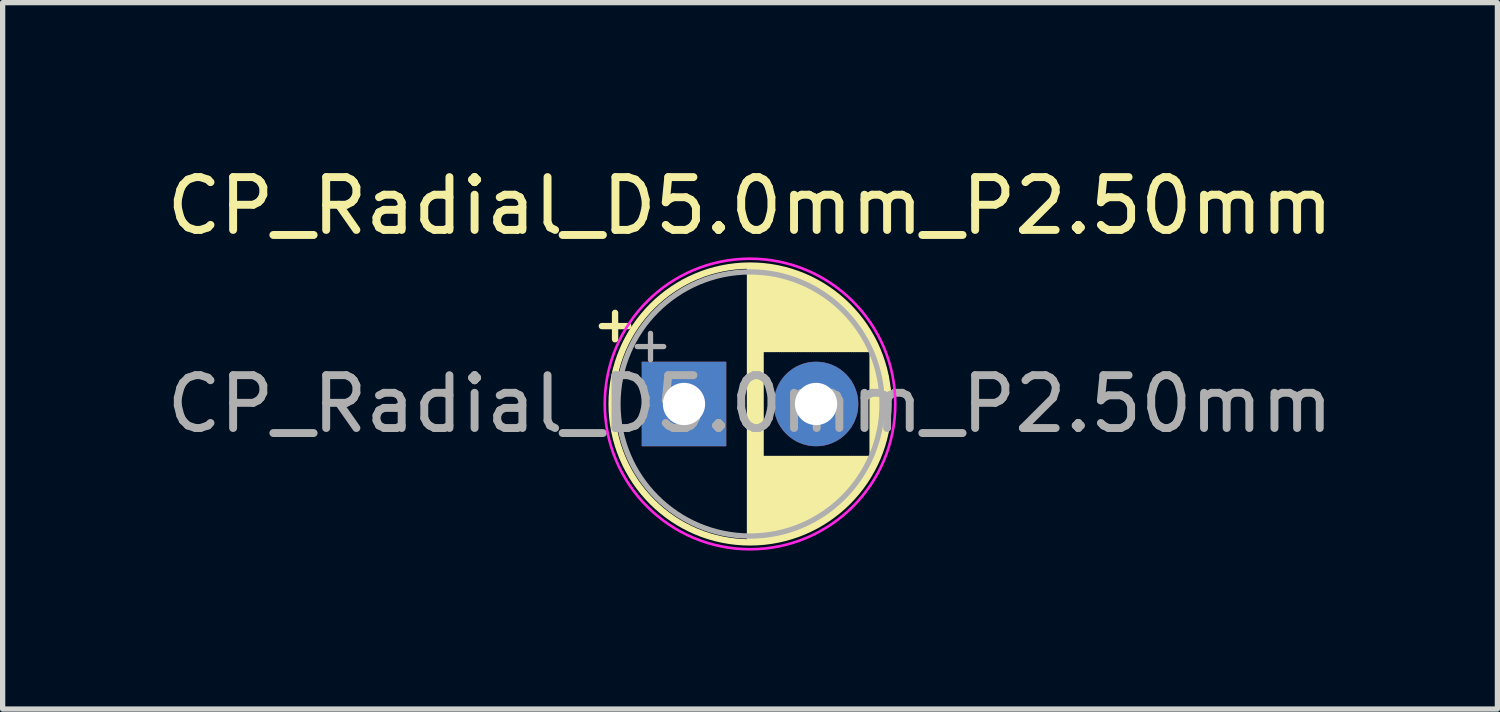
<source format=kicad_pcb>
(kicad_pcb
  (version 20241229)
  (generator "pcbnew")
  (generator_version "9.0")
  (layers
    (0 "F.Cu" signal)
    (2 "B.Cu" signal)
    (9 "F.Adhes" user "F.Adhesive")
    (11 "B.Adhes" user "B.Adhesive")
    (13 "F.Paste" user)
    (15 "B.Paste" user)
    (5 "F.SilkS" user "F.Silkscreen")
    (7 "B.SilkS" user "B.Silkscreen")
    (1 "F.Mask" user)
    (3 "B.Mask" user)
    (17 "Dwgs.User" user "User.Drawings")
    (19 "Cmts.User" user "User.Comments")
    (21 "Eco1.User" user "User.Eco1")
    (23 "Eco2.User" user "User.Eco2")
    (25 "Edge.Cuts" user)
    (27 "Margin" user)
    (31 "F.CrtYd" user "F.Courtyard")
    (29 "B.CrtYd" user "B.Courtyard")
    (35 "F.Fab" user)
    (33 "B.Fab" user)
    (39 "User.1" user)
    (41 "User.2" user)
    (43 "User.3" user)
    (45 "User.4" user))
  (footprint "CP_Radial_D5.0mm_P2.50mm"
    (layer "F.Cu")
    (at 9.899 4.598)
    (property "Reference" "CP_Radial_D5.0mm_P2.50mm" (at 1.25 -3.75 180) (layer "F.SilkS") (effects (font (size 1 1) (thickness 0.15))))
    (attr through_hole)
    (fp_line (start -1.555 -1.475) (end -1.055 -1.475) (stroke (width 0.12) (type solid)) (layer "F.SilkS"))
    (fp_line (start -1.305 -1.725) (end -1.305 -1.225) (stroke (width 0.12) (type solid)) (layer "F.SilkS"))
    (fp_line (start 1.25 -2.58) (end 1.25 2.58) (stroke (width 0.12) (type solid)) (layer "F.SilkS"))
    (fp_line (start 1.29 -2.58) (end 1.29 2.58) (stroke (width 0.12) (type solid)) (layer "F.SilkS"))
    (fp_line (start 1.33 -2.579) (end 1.33 2.579) (stroke (width 0.12) (type solid)) (layer "F.SilkS"))
    (fp_line (start 1.37 -2.578) (end 1.37 2.578) (stroke (width 0.12) (type solid)) (layer "F.SilkS"))
    (fp_line (start 1.41 -2.576) (end 1.41 2.576) (stroke (width 0.12) (type solid)) (layer "F.SilkS"))
    (fp_line (start 1.45 -2.573) (end 1.45 2.573) (stroke (width 0.12) (type solid)) (layer "F.SilkS"))
    (fp_line (start 1.49 -2.569) (end 1.49 -1.04) (stroke (width 0.12) (type solid)) (layer "F.SilkS"))
    (fp_line (start 1.49 1.04) (end 1.49 2.569) (stroke (width 0.12) (type solid)) (layer "F.SilkS"))
    (fp_line (start 1.53 -2.565) (end 1.53 -1.04) (stroke (width 0.12) (type solid)) (layer "F.SilkS"))
    (fp_line (start 1.53 1.04) (end 1.53 2.565) (stroke (width 0.12) (type solid)) (layer "F.SilkS"))
    (fp_line (start 1.57 -2.561) (end 1.57 -1.04) (stroke (width 0.12) (type solid)) (layer "F.SilkS"))
    (fp_line (start 1.57 1.04) (end 1.57 2.561) (stroke (width 0.12) (type solid)) (layer "F.SilkS"))
    (fp_line (start 1.61 -2.556) (end 1.61 -1.04) (stroke (width 0.12) (type solid)) (layer "F.SilkS"))
    (fp_line (start 1.61 1.04) (end 1.61 2.556) (stroke (width 0.12) (type solid)) (layer "F.SilkS"))
    (fp_line (start 1.65 -2.55) (end 1.65 -1.04) (stroke (width 0.12) (type solid)) (layer "F.SilkS"))
    (fp_line (start 1.65 1.04) (end 1.65 2.55) (stroke (width 0.12) (type solid)) (layer "F.SilkS"))
    (fp_line (start 1.69 -2.543) (end 1.69 -1.04) (stroke (width 0.12) (type solid)) (layer "F.SilkS"))
    (fp_line (start 1.69 1.04) (end 1.69 2.543) (stroke (width 0.12) (type solid)) (layer "F.SilkS"))
    (fp_line (start 1.73 -2.536) (end 1.73 -1.04) (stroke (width 0.12) (type solid)) (layer "F.SilkS"))
    (fp_line (start 1.73 1.04) (end 1.73 2.536) (stroke (width 0.12) (type solid)) (layer "F.SilkS"))
    (fp_line (start 1.77 -2.528) (end 1.77 -1.04) (stroke (width 0.12) (type solid)) (layer "F.SilkS"))
    (fp_line (start 1.77 1.04) (end 1.77 2.528) (stroke (width 0.12) (type solid)) (layer "F.SilkS"))
    (fp_line (start 1.81 -2.52) (end 1.81 -1.04) (stroke (width 0.12) (type solid)) (layer "F.SilkS"))
    (fp_line (start 1.81 1.04) (end 1.81 2.52) (stroke (width 0.12) (type solid)) (layer "F.SilkS"))
    (fp_line (start 1.85 -2.511) (end 1.85 -1.04) (stroke (width 0.12) (type solid)) (layer "F.SilkS"))
    (fp_line (start 1.85 1.04) (end 1.85 2.511) (stroke (width 0.12) (type solid)) (layer "F.SilkS"))
    (fp_line (start 1.89 -2.501) (end 1.89 -1.04) (stroke (width 0.12) (type solid)) (layer "F.SilkS"))
    (fp_line (start 1.89 1.04) (end 1.89 2.501) (stroke (width 0.12) (type solid)) (layer "F.SilkS"))
    (fp_line (start 1.93 -2.491) (end 1.93 -1.04) (stroke (width 0.12) (type solid)) (layer "F.SilkS"))
    (fp_line (start 1.93 1.04) (end 1.93 2.491) (stroke (width 0.12) (type solid)) (layer "F.SilkS"))
    (fp_line (start 1.971 -2.48) (end 1.971 -1.04) (stroke (width 0.12) (type solid)) (layer "F.SilkS"))
    (fp_line (start 1.971 1.04) (end 1.971 2.48) (stroke (width 0.12) (type solid)) (layer "F.SilkS"))
    (fp_line (start 2.011 -2.468) (end 2.011 -1.04) (stroke (width 0.12) (type solid)) (layer "F.SilkS"))
    (fp_line (start 2.011 1.04) (end 2.011 2.468) (stroke (width 0.12) (type solid)) (layer "F.SilkS"))
    (fp_line (start 2.051 -2.455) (end 2.051 -1.04) (stroke (width 0.12) (type solid)) (layer "F.SilkS"))
    (fp_line (start 2.051 1.04) (end 2.051 2.455) (stroke (width 0.12) (type solid)) (layer "F.SilkS"))
    (fp_line (start 2.091 -2.442) (end 2.091 -1.04) (stroke (width 0.12) (type solid)) (layer "F.SilkS"))
    (fp_line (start 2.091 1.04) (end 2.091 2.442) (stroke (width 0.12) (type solid)) (layer "F.SilkS"))
    (fp_line (start 2.131 -2.428) (end 2.131 -1.04) (stroke (width 0.12) (type solid)) (layer "F.SilkS"))
    (fp_line (start 2.131 1.04) (end 2.131 2.428) (stroke (width 0.12) (type solid)) (layer "F.SilkS"))
    (fp_line (start 2.171 -2.414) (end 2.171 -1.04) (stroke (width 0.12) (type solid)) (layer "F.SilkS"))
    (fp_line (start 2.171 1.04) (end 2.171 2.414) (stroke (width 0.12) (type solid)) (layer "F.SilkS"))
    (fp_line (start 2.211 -2.398) (end 2.211 -1.04) (stroke (width 0.12) (type solid)) (layer "F.SilkS"))
    (fp_line (start 2.211 1.04) (end 2.211 2.398) (stroke (width 0.12) (type solid)) (layer "F.SilkS"))
    (fp_line (start 2.251 -2.382) (end 2.251 -1.04) (stroke (width 0.12) (type solid)) (layer "F.SilkS"))
    (fp_line (start 2.251 1.04) (end 2.251 2.382) (stroke (width 0.12) (type solid)) (layer "F.SilkS"))
    (fp_line (start 2.291 -2.365) (end 2.291 -1.04) (stroke (width 0.12) (type solid)) (layer "F.SilkS"))
    (fp_line (start 2.291 1.04) (end 2.291 2.365) (stroke (width 0.12) (type solid)) (layer "F.SilkS"))
    (fp_line (start 2.331 -2.348) (end 2.331 -1.04) (stroke (width 0.12) (type solid)) (layer "F.SilkS"))
    (fp_line (start 2.331 1.04) (end 2.331 2.348) (stroke (width 0.12) (type solid)) (layer "F.SilkS"))
    (fp_line (start 2.371 -2.329) (end 2.371 -1.04) (stroke (width 0.12) (type solid)) (layer "F.SilkS"))
    (fp_line (start 2.371 1.04) (end 2.371 2.329) (stroke (width 0.12) (type solid)) (layer "F.SilkS"))
    (fp_line (start 2.411 -2.31) (end 2.411 -1.04) (stroke (width 0.12) (type solid)) (layer "F.SilkS"))
    (fp_line (start 2.411 1.04) (end 2.411 2.31) (stroke (width 0.12) (type solid)) (layer "F.SilkS"))
    (fp_line (start 2.451 -2.29) (end 2.451 -1.04) (stroke (width 0.12) (type solid)) (layer "F.SilkS"))
    (fp_line (start 2.451 1.04) (end 2.451 2.29) (stroke (width 0.12) (type solid)) (layer "F.SilkS"))
    (fp_line (start 2.491 -2.268) (end 2.491 -1.04) (stroke (width 0.12) (type solid)) (layer "F.SilkS"))
    (fp_line (start 2.491 1.04) (end 2.491 2.268) (stroke (width 0.12) (type solid)) (layer "F.SilkS"))
    (fp_line (start 2.531 -2.247) (end 2.531 -1.04) (stroke (width 0.12) (type solid)) (layer "F.SilkS"))
    (fp_line (start 2.531 1.04) (end 2.531 2.247) (stroke (width 0.12) (type solid)) (layer "F.SilkS"))
    (fp_line (start 2.571 -2.224) (end 2.571 -1.04) (stroke (width 0.12) (type solid)) (layer "F.SilkS"))
    (fp_line (start 2.571 1.04) (end 2.571 2.224) (stroke (width 0.12) (type solid)) (layer "F.SilkS"))
    (fp_line (start 2.611 -2.2) (end 2.611 -1.04) (stroke (width 0.12) (type solid)) (layer "F.SilkS"))
    (fp_line (start 2.611 1.04) (end 2.611 2.2) (stroke (width 0.12) (type solid)) (layer "F.SilkS"))
    (fp_line (start 2.651 -2.175) (end 2.651 -1.04) (stroke (width 0.12) (type solid)) (layer "F.SilkS"))
    (fp_line (start 2.651 1.04) (end 2.651 2.175) (stroke (width 0.12) (type solid)) (layer "F.SilkS"))
    (fp_line (start 2.691 -2.149) (end 2.691 -1.04) (stroke (width 0.12) (type solid)) (layer "F.SilkS"))
    (fp_line (start 2.691 1.04) (end 2.691 2.149) (stroke (width 0.12) (type solid)) (layer "F.SilkS"))
    (fp_line (start 2.731 -2.122) (end 2.731 -1.04) (stroke (width 0.12) (type solid)) (layer "F.SilkS"))
    (fp_line (start 2.731 1.04) (end 2.731 2.122) (stroke (width 0.12) (type solid)) (layer "F.SilkS"))
    (fp_line (start 2.771 -2.095) (end 2.771 -1.04) (stroke (width 0.12) (type solid)) (layer "F.SilkS"))
    (fp_line (start 2.771 1.04) (end 2.771 2.095) (stroke (width 0.12) (type solid)) (layer "F.SilkS"))
    (fp_line (start 2.811 -2.065) (end 2.811 -1.04) (stroke (width 0.12) (type solid)) (layer "F.SilkS"))
    (fp_line (start 2.811 1.04) (end 2.811 2.065) (stroke (width 0.12) (type solid)) (layer "F.SilkS"))
    (fp_line (start 2.851 -2.035) (end 2.851 -1.04) (stroke (width 0.12) (type solid)) (layer "F.SilkS"))
    (fp_line (start 2.851 1.04) (end 2.851 2.035) (stroke (width 0.12) (type solid)) (layer "F.SilkS"))
    (fp_line (start 2.891 -2.004) (end 2.891 -1.04) (stroke (width 0.12) (type solid)) (layer "F.SilkS"))
    (fp_line (start 2.891 1.04) (end 2.891 2.004) (stroke (width 0.12) (type solid)) (layer "F.SilkS"))
    (fp_line (start 2.931 -1.971) (end 2.931 -1.04) (stroke (width 0.12) (type solid)) (layer "F.SilkS"))
    (fp_line (start 2.931 1.04) (end 2.931 1.971) (stroke (width 0.12) (type solid)) (layer "F.SilkS"))
    (fp_line (start 2.971 -1.937) (end 2.971 -1.04) (stroke (width 0.12) (type solid)) (layer "F.SilkS"))
    (fp_line (start 2.971 1.04) (end 2.971 1.937) (stroke (width 0.12) (type solid)) (layer "F.SilkS"))
    (fp_line (start 3.011 -1.901) (end 3.011 -1.04) (stroke (width 0.12) (type solid)) (layer "F.SilkS"))
    (fp_line (start 3.011 1.04) (end 3.011 1.901) (stroke (width 0.12) (type solid)) (layer "F.SilkS"))
    (fp_line (start 3.051 -1.864) (end 3.051 -1.04) (stroke (width 0.12) (type solid)) (layer "F.SilkS"))
    (fp_line (start 3.051 1.04) (end 3.051 1.864) (stroke (width 0.12) (type solid)) (layer "F.SilkS"))
    (fp_line (start 3.091 -1.826) (end 3.091 -1.04) (stroke (width 0.12) (type solid)) (layer "F.SilkS"))
    (fp_line (start 3.091 1.04) (end 3.091 1.826) (stroke (width 0.12) (type solid)) (layer "F.SilkS"))
    (fp_line (start 3.131 -1.785) (end 3.131 -1.04) (stroke (width 0.12) (type solid)) (layer "F.SilkS"))
    (fp_line (start 3.131 1.04) (end 3.131 1.785) (stroke (width 0.12) (type solid)) (layer "F.SilkS"))
    (fp_line (start 3.171 -1.743) (end 3.171 -1.04) (stroke (width 0.12) (type solid)) (layer "F.SilkS"))
    (fp_line (start 3.171 1.04) (end 3.171 1.743) (stroke (width 0.12) (type solid)) (layer "F.SilkS"))
    (fp_line (start 3.211 -1.699) (end 3.211 -1.04) (stroke (width 0.12) (type solid)) (layer "F.SilkS"))
    (fp_line (start 3.211 1.04) (end 3.211 1.699) (stroke (width 0.12) (type solid)) (layer "F.SilkS"))
    (fp_line (start 3.251 -1.653) (end 3.251 -1.04) (stroke (width 0.12) (type solid)) (layer "F.SilkS"))
    (fp_line (start 3.251 1.04) (end 3.251 1.653) (stroke (width 0.12) (type solid)) (layer "F.SilkS"))
    (fp_line (start 3.291 -1.605) (end 3.291 -1.04) (stroke (width 0.12) (type solid)) (layer "F.SilkS"))
    (fp_line (start 3.291 1.04) (end 3.291 1.605) (stroke (width 0.12) (type solid)) (layer "F.SilkS"))
    (fp_line (start 3.331 -1.554) (end 3.331 -1.04) (stroke (width 0.12) (type solid)) (layer "F.SilkS"))
    (fp_line (start 3.331 1.04) (end 3.331 1.554) (stroke (width 0.12) (type solid)) (layer "F.SilkS"))
    (fp_line (start 3.371 -1.5) (end 3.371 -1.04) (stroke (width 0.12) (type solid)) (layer "F.SilkS"))
    (fp_line (start 3.371 1.04) (end 3.371 1.5) (stroke (width 0.12) (type solid)) (layer "F.SilkS"))
    (fp_line (start 3.411 -1.443) (end 3.411 -1.04) (stroke (width 0.12) (type solid)) (layer "F.SilkS"))
    (fp_line (start 3.411 1.04) (end 3.411 1.443) (stroke (width 0.12) (type solid)) (layer "F.SilkS"))
    (fp_line (start 3.451 -1.383) (end 3.451 -1.04) (stroke (width 0.12) (type solid)) (layer "F.SilkS"))
    (fp_line (start 3.451 1.04) (end 3.451 1.383) (stroke (width 0.12) (type solid)) (layer "F.SilkS"))
    (fp_line (start 3.491 -1.319) (end 3.491 -1.04) (stroke (width 0.12) (type solid)) (layer "F.SilkS"))
    (fp_line (start 3.491 1.04) (end 3.491 1.319) (stroke (width 0.12) (type solid)) (layer "F.SilkS"))
    (fp_line (start 3.531 -1.251) (end 3.531 -1.04) (stroke (width 0.12) (type solid)) (layer "F.SilkS"))
    (fp_line (start 3.531 1.04) (end 3.531 1.251) (stroke (width 0.12) (type solid)) (layer "F.SilkS"))
    (fp_line (start 3.571 -1.178) (end 3.571 1.178) (stroke (width 0.12) (type solid)) (layer "F.SilkS"))
    (fp_line (start 3.611 -1.098) (end 3.611 1.098) (stroke (width 0.12) (type solid)) (layer "F.SilkS"))
    (fp_line (start 3.651 -1.011) (end 3.651 1.011) (stroke (width 0.12) (type solid)) (layer "F.SilkS"))
    (fp_line (start 3.691 -0.915) (end 3.691 0.915) (stroke (width 0.12) (type solid)) (layer "F.SilkS"))
    (fp_line (start 3.731 -0.805) (end 3.731 0.805) (stroke (width 0.12) (type solid)) (layer "F.SilkS"))
    (fp_line (start 3.771 -0.677) (end 3.771 0.677) (stroke (width 0.12) (type solid)) (layer "F.SilkS"))
    (fp_line (start 3.811 -0.518) (end 3.811 0.518) (stroke (width 0.12) (type solid)) (layer "F.SilkS"))
    (fp_line (start 3.851 -0.284) (end 3.851 0.284) (stroke (width 0.12) (type solid)) (layer "F.SilkS"))
    (fp_circle (center 1.25 0) (end 3.87 0) (stroke (width 0.12) (type solid)) (fill no) (layer "F.SilkS"))
    (fp_circle (center 1.25 0) (end 4 0) (stroke (width 0.05) (type solid)) (fill no) (layer "F.CrtYd"))
    (fp_line (start -0.884 -1.087) (end -0.384 -1.087) (stroke (width 0.1) (type solid)) (layer "F.Fab"))
    (fp_line (start -0.634 -1.337) (end -0.634 -0.838) (stroke (width 0.1) (type solid)) (layer "F.Fab"))
    (fp_circle (center 1.25 0) (end 3.75 0) (stroke (width 0.1) (type solid)) (fill no) (layer "F.Fab"))
    (fp_text user "${REFERENCE}" (at 1.25 0 180) (layer "F.Fab") (effects (font (size 1 1) (thickness 0.15))))
    (pad "1" thru_hole rect (at 0 0) (size 1.6 1.6) (drill 0.8) (layers "*.Cu" "*.Mask"))
    (pad "2" thru_hole circle (at 2.5 0) (size 1.6 1.6) (drill 0.8) (layers "*.Cu" "*.Mask")))
  (gr_rect
    (start -3 -3)
    (end 25.298 10.373)
    (stroke (width 0.1) (type default))
    (fill no)
    (layer "Edge.Cuts")))
</source>
